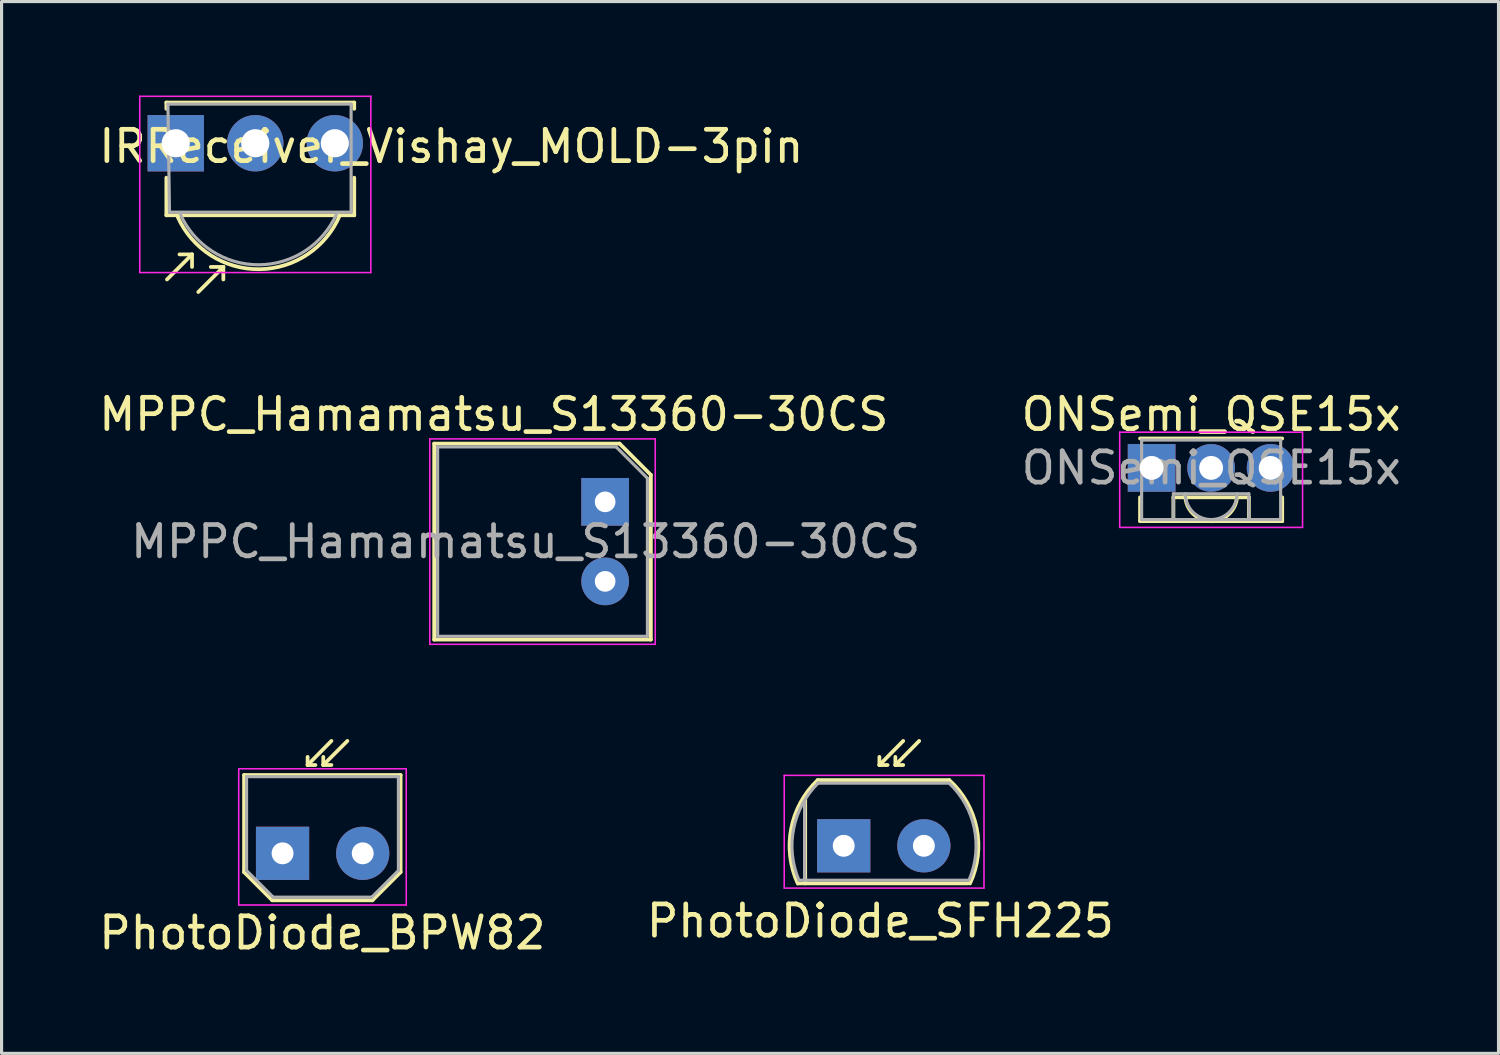
<source format=kicad_pcb>
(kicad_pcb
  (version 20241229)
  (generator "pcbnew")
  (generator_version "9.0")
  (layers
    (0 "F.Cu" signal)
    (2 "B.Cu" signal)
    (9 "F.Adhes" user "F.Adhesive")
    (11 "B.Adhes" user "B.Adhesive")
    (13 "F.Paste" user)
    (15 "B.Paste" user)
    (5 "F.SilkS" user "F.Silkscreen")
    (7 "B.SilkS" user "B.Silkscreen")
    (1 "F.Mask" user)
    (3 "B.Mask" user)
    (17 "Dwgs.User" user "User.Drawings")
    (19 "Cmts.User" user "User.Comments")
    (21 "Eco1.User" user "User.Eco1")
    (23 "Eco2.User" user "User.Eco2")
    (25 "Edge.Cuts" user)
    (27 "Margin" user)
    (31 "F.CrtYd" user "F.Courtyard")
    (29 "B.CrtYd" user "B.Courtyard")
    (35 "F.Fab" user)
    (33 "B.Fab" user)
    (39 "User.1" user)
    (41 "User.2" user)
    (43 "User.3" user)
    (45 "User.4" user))
  (footprint "PhotoDiode_SFH225"
    (layer "F.Cu")
    (at 23.895 23.962)
    (property "Reference" "PhotoDiode_SFH225" (at 1.17 2.4 0) (layer "F.SilkS") (effects (font (size 1 1) (thickness 0.15))))
    (attr through_hole)
    (fp_line (start -1.23 -1.5) (end -1.23 1.2) (stroke (width 0.12) (type solid)) (layer "F.SilkS"))
    (fp_line (start -0.83 -2.1) (end 3.37 -2.1) (stroke (width 0.12) (type solid)) (layer "F.SilkS"))
    (fp_line (start 1.14 -2.58) (end 1.14 -2.84) (stroke (width 0.12) (type solid)) (layer "F.SilkS"))
    (fp_line (start 1.14 -2.58) (end 1.4 -2.58) (stroke (width 0.12) (type solid)) (layer "F.SilkS"))
    (fp_line (start 1.65 -2.58) (end 1.65 -2.84) (stroke (width 0.12) (type solid)) (layer "F.SilkS"))
    (fp_line (start 1.65 -2.58) (end 1.9 -2.58) (stroke (width 0.12) (type solid)) (layer "F.SilkS"))
    (fp_line (start 1.9 -3.35) (end 1.14 -2.58) (stroke (width 0.12) (type solid)) (layer "F.SilkS"))
    (fp_line (start 2.41 -3.35) (end 1.65 -2.58) (stroke (width 0.12) (type solid)) (layer "F.SilkS"))
    (fp_line (start 3.97 1.2) (end -1.43 1.2) (stroke (width 0.12) (type solid)) (layer "F.SilkS"))
    (fp_arc (start -1.466725 1.207344) (mid -1.677707 -0.548237) (end -0.83 -2.1) (stroke (width 0.12) (type solid)) (layer "F.SilkS"))
    (fp_arc (start 3.37 -2.1) (mid 4.246456 -0.557936) (end 4.033746 1.202998) (stroke (width 0.12) (type solid)) (layer "F.SilkS"))
    (fp_line (start -1.9 -2.25) (end -1.9 1.35) (stroke (width 0.05) (type solid)) (layer "F.CrtYd"))
    (fp_line (start -1.9 -2.25) (end 4.48 -2.25) (stroke (width 0.05) (type solid)) (layer "F.CrtYd"))
    (fp_line (start 4.48 1.35) (end -1.9 1.35) (stroke (width 0.05) (type solid)) (layer "F.CrtYd"))
    (fp_line (start 4.48 1.35) (end 4.48 -2.25) (stroke (width 0.05) (type solid)) (layer "F.CrtYd"))
    (fp_line (start -1.43 1.1) (end 3.97 1.1) (stroke (width 0.1) (type solid)) (layer "F.Fab"))
    (fp_line (start -1.25 1.05) (end -1.25 -1.4) (stroke (width 0.1) (type solid)) (layer "F.Fab"))
    (fp_line (start 3.37 -2) (end -0.83 -2) (stroke (width 0.1) (type solid)) (layer "F.Fab"))
    (fp_arc (start -1.43 1.1) (mid -1.598219 -0.554044) (end -0.806363 -2.015934) (stroke (width 0.1) (type solid)) (layer "F.Fab"))
    (fp_arc (start 3.37 -2) (mid 4.171123 -0.5603) (end 4.008738 1.079262) (stroke (width 0.1) (type solid)) (layer "F.Fab"))
    (pad "1" thru_hole rect (at 0 0 180) (size 1.7 1.7) (drill 0.7) (layers "*.Cu" "*.Mask"))
    (pad "2" thru_hole circle (at 2.56 0 180) (size 1.7 1.7) (drill 0.7) (layers "*.Cu" "*.Mask")))
  (footprint "ONSemi_QSE15x"
    (layer "F.Cu")
    (at 33.729 11.893)
    (property "Reference" "ONSemi_QSE15x" (at 1.9 -1.71 0) (layer "F.SilkS") (effects (font (size 1 1) (thickness 0.15))))
    (attr through_hole)
    (fp_line (start -0.37 -0.94) (end 4.17 -0.94) (stroke (width 0.12) (type solid)) (layer "F.SilkS"))
    (fp_line (start -0.37 0.94) (end -0.37 1.7) (stroke (width 0.12) (type solid)) (layer "F.SilkS"))
    (fp_line (start -0.37 1.7) (end 4.17 1.7) (stroke (width 0.12) (type solid)) (layer "F.SilkS"))
    (fp_line (start 0.695 0.94) (end 0.695 1.7) (stroke (width 0.12) (type solid)) (layer "F.SilkS"))
    (fp_line (start 0.695 0.94) (end 3.105 0.94) (stroke (width 0.12) (type solid)) (layer "F.SilkS"))
    (fp_line (start 3.105 0.94) (end 3.105 1.7) (stroke (width 0.12) (type solid)) (layer "F.SilkS"))
    (fp_line (start 4.17 1.7) (end 4.17 0.94) (stroke (width 0.12) (type solid)) (layer "F.SilkS"))
    (fp_arc (start 1.9 1.7) (mid 1.316637 1.458363) (end 1.075 0.875) (stroke (width 0.12) (type solid)) (layer "F.SilkS"))
    (fp_arc (start 2.725 0.94) (mid 2.437401 1.504325) (end 1.835 1.7) (stroke (width 0.12) (type solid)) (layer "F.SilkS"))
    (fp_line (start -1.02 -1.14) (end 4.82 -1.14) (stroke (width 0.05) (type solid)) (layer "F.CrtYd"))
    (fp_line (start -1.02 1.9) (end -1.02 -1.14) (stroke (width 0.05) (type solid)) (layer "F.CrtYd"))
    (fp_line (start 4.82 -1.14) (end 4.82 1.9) (stroke (width 0.05) (type solid)) (layer "F.CrtYd"))
    (fp_line (start 4.82 1.9) (end -1.02 1.9) (stroke (width 0.05) (type solid)) (layer "F.CrtYd"))
    (fp_line (start -0.32 -0.89) (end -0.32 1.65) (stroke (width 0.1) (type solid)) (layer "F.Fab"))
    (fp_line (start -0.32 -0.89) (end 4.12 -0.89) (stroke (width 0.1) (type solid)) (layer "F.Fab"))
    (fp_line (start -0.32 1.65) (end 4.12 1.65) (stroke (width 0.1) (type solid)) (layer "F.Fab"))
    (fp_line (start 0.695 0.825) (end 3.105 0.825) (stroke (width 0.1) (type solid)) (layer "F.Fab"))
    (fp_line (start 0.695 1.65) (end 0.695 0.825) (stroke (width 0.1) (type solid)) (layer "F.Fab"))
    (fp_line (start 3.105 1.65) (end 3.105 0.825) (stroke (width 0.1) (type solid)) (layer "F.Fab"))
    (fp_line (start 4.12 1.65) (end 4.12 -0.89) (stroke (width 0.1) (type solid)) (layer "F.Fab"))
    (fp_arc (start 1.9 1.65) (mid 1.316637 1.408363) (end 1.075 0.825) (stroke (width 0.1) (type solid)) (layer "F.Fab"))
    (fp_arc (start 2.725 0.825) (mid 2.483363 1.408363) (end 1.9 1.65) (stroke (width 0.1) (type solid)) (layer "F.Fab"))
    (fp_text user "${REFERENCE}" (at 1.905 0 0) (layer "F.Fab") (effects (font (size 1 1) (thickness 0.15))))
    (pad "1" thru_hole rect (at 0 0) (size 1.524 1.524) (drill 0.762) (layers "*.Cu" "*.Mask"))
    (pad "2" thru_hole circle (at 1.9 0) (size 1.524 1.524) (drill 0.762) (layers "*.Cu" "*.Mask"))
    (pad "3" thru_hole circle (at 3.8 0) (size 1.524 1.524) (drill 0.762) (layers "*.Cu" "*.Mask")))
  (footprint "MPPC_Hamamatsu_S13360-30CS"
    (layer "F.Cu")
    (at 16.276 12.977)
    (property "Reference" "MPPC_Hamamatsu_S13360-30CS" (at -3.556 -2.794 0) (layer "F.SilkS") (effects (font (size 1 1) (thickness 0.15))))
    (attr through_hole)
    (fp_line (start -5.46 -1.86) (end 0.46 -1.86) (stroke (width 0.12) (type solid)) (layer "F.SilkS"))
    (fp_line (start -5.46 4.4) (end -5.46 -1.86) (stroke (width 0.12) (type solid)) (layer "F.SilkS"))
    (fp_line (start 0.46 -1.86) (end 1.46 -0.86) (stroke (width 0.12) (type solid)) (layer "F.SilkS"))
    (fp_line (start 1.46 -0.86) (end 1.46 4.4) (stroke (width 0.12) (type solid)) (layer "F.SilkS"))
    (fp_line (start 1.46 4.4) (end -5.46 4.4) (stroke (width 0.12) (type solid)) (layer "F.SilkS"))
    (fp_line (start -5.6 -2.01) (end -5.6 4.55) (stroke (width 0.05) (type solid)) (layer "F.CrtYd"))
    (fp_line (start -5.6 -2.01) (end 1.6 -2.01) (stroke (width 0.05) (type solid)) (layer "F.CrtYd"))
    (fp_line (start 1.6 4.55) (end -5.6 4.55) (stroke (width 0.05) (type solid)) (layer "F.CrtYd"))
    (fp_line (start 1.6 4.55) (end 1.6 -2.01) (stroke (width 0.05) (type solid)) (layer "F.CrtYd"))
    (fp_line (start -5.35 -1.755) (end 0.35 -1.755) (stroke (width 0.1) (type solid)) (layer "F.Fab"))
    (fp_line (start -5.35 4.295) (end -5.35 -1.755) (stroke (width 0.1) (type solid)) (layer "F.Fab"))
    (fp_line (start 0.35 -1.755) (end 1.35 -0.755) (stroke (width 0.1) (type solid)) (layer "F.Fab"))
    (fp_line (start 1.35 -0.755) (end 1.35 4.295) (stroke (width 0.1) (type solid)) (layer "F.Fab"))
    (fp_line (start 1.35 4.295) (end -5.35 4.295) (stroke (width 0.1) (type solid)) (layer "F.Fab"))
    (fp_text user "${REFERENCE}" (at -2.54 1.27 0) (layer "F.Fab") (effects (font (size 1 1) (thickness 0.15))))
    (pad "1" thru_hole rect (at 0 0) (size 1.524 1.524) (drill 0.66) (layers "*.Cu" "*.Mask"))
    (pad "2" thru_hole circle (at 0 2.54) (size 1.524 1.524) (drill 0.66) (layers "*.Cu" "*.Mask")))
  (footprint "IRReceiver_Vishay_MOLD-3pin"
    (layer "F.Cu")
    (at 2.563 1.525)
    (property "Reference" "IRReceiver_Vishay_MOLD-3pin" (at 8.8 0.1 180) (layer "F.SilkS") (effects (font (size 1 1) (thickness 0.15))))
    (attr through_hole)
    (fp_line (start -0.3 -1.3) (end -0.3 -1.1) (stroke (width 0.12) (type solid)) (layer "F.SilkS"))
    (fp_line (start -0.3 2.3) (end -0.3 1.1) (stroke (width 0.12) (type solid)) (layer "F.SilkS"))
    (fp_line (start 0.52 3.55) (end -0.28 4.35) (stroke (width 0.12) (type solid)) (layer "F.SilkS"))
    (fp_line (start 0.52 3.55) (end 0.12 3.55) (stroke (width 0.12) (type solid)) (layer "F.SilkS"))
    (fp_line (start 0.52 3.55) (end 0.52 3.95) (stroke (width 0.12) (type solid)) (layer "F.SilkS"))
    (fp_line (start 1.52 3.95) (end 0.72 4.75) (stroke (width 0.12) (type solid)) (layer "F.SilkS"))
    (fp_line (start 1.52 3.95) (end 1.12 3.95) (stroke (width 0.12) (type solid)) (layer "F.SilkS"))
    (fp_line (start 1.52 3.95) (end 1.52 4.35) (stroke (width 0.12) (type solid)) (layer "F.SilkS"))
    (fp_line (start 5.7 -1.3) (end -0.3 -1.3) (stroke (width 0.12) (type solid)) (layer "F.SilkS"))
    (fp_line (start 5.7 -1.3) (end 5.7 -1.1) (stroke (width 0.12) (type solid)) (layer "F.SilkS"))
    (fp_line (start 5.7 2.3) (end -0.3 2.3) (stroke (width 0.12) (type solid)) (layer "F.SilkS"))
    (fp_line (start 5.7 2.3) (end 5.7 1.1) (stroke (width 0.12) (type solid)) (layer "F.SilkS"))
    (fp_arc (start 5.24 2.3) (mid 2.667981 4.02298) (end 0.062315 2.351321) (stroke (width 0.12) (type solid)) (layer "F.SilkS"))
    (fp_line (start -1.15 -1.5) (end -1.15 4.13) (stroke (width 0.05) (type solid)) (layer "F.CrtYd"))
    (fp_line (start -1.15 -1.5) (end 6.23 -1.5) (stroke (width 0.05) (type solid)) (layer "F.CrtYd"))
    (fp_line (start 6.23 4.13) (end -1.15 4.13) (stroke (width 0.05) (type solid)) (layer "F.CrtYd"))
    (fp_line (start 6.23 4.13) (end 6.23 -1.5) (stroke (width 0.05) (type solid)) (layer "F.CrtYd"))
    (fp_line (start -0.25 -1.25) (end 5.6 -1.25) (stroke (width 0.1) (type solid)) (layer "F.Fab"))
    (fp_line (start -0.2 2.2) (end -0.25 -1.25) (stroke (width 0.1) (type solid)) (layer "F.Fab"))
    (fp_line (start 5.6 -1.25) (end 5.6 2.2) (stroke (width 0.1) (type solid)) (layer "F.Fab"))
    (fp_line (start 5.6 2.2) (end -0.2 2.2) (stroke (width 0.1) (type solid)) (layer "F.Fab"))
    (fp_arc (start 5.14 2.25) (mid 2.651941 3.881274) (end 0.149714 2.271818) (stroke (width 0.1) (type solid)) (layer "F.Fab"))
    (pad "1" thru_hole rect (at 0 0) (size 1.8 1.8) (drill 0.9) (layers "*.Cu" "*.Mask"))
    (pad "2" thru_hole circle (at 2.54 0) (size 1.8 1.8) (drill 0.9) (layers "*.Cu" "*.Mask"))
    (pad "3" thru_hole circle (at 5.08 0) (size 1.8 1.8) (drill 0.9) (layers "*.Cu" "*.Mask")))
  (footprint "PhotoDiode_BPW82"
    (layer "F.Cu")
    (at 5.974 24.202)
    (property "Reference" "PhotoDiode_BPW82" (at 1.27 2.54 0) (layer "F.SilkS") (effects (font (size 1 1) (thickness 0.15))))
    (attr through_hole)
    (fp_line (start -1.23 -2.5) (end -1.23 0.6) (stroke (width 0.12) (type solid)) (layer "F.SilkS"))
    (fp_line (start -1.23 -2.5) (end 3.77 -2.5) (stroke (width 0.12) (type solid)) (layer "F.SilkS"))
    (fp_line (start -1.23 0.6) (end -0.33 1.5) (stroke (width 0.12) (type solid)) (layer "F.SilkS"))
    (fp_line (start -0.33 1.5) (end 2.87 1.5) (stroke (width 0.12) (type solid)) (layer "F.SilkS"))
    (fp_line (start 0.8 -2.82) (end 0.8 -3.08) (stroke (width 0.12) (type solid)) (layer "F.SilkS"))
    (fp_line (start 0.8 -2.82) (end 1.05 -2.82) (stroke (width 0.12) (type solid)) (layer "F.SilkS"))
    (fp_line (start 1.3 -2.82) (end 1.3 -3.08) (stroke (width 0.12) (type solid)) (layer "F.SilkS"))
    (fp_line (start 1.3 -2.82) (end 1.56 -2.82) (stroke (width 0.12) (type solid)) (layer "F.SilkS"))
    (fp_line (start 1.56 -3.59) (end 0.8 -2.82) (stroke (width 0.12) (type solid)) (layer "F.SilkS"))
    (fp_line (start 2.07 -3.59) (end 1.3 -2.82) (stroke (width 0.12) (type solid)) (layer "F.SilkS"))
    (fp_line (start 3.77 -2.5) (end 3.77 0.6) (stroke (width 0.12) (type solid)) (layer "F.SilkS"))
    (fp_line (start 3.77 0.6) (end 2.87 1.5) (stroke (width 0.12) (type solid)) (layer "F.SilkS"))
    (fp_line (start -1.4 -2.7) (end -1.4 1.65) (stroke (width 0.05) (type solid)) (layer "F.CrtYd"))
    (fp_line (start -1.4 -2.7) (end 3.95 -2.7) (stroke (width 0.05) (type solid)) (layer "F.CrtYd"))
    (fp_line (start 3.95 1.65) (end -1.4 1.65) (stroke (width 0.05) (type solid)) (layer "F.CrtYd"))
    (fp_line (start 3.95 1.65) (end 3.95 -2.7) (stroke (width 0.05) (type solid)) (layer "F.CrtYd"))
    (fp_line (start -1.15 -2.45) (end 3.7 -2.45) (stroke (width 0.1) (type solid)) (layer "F.Fab"))
    (fp_line (start -1.15 0.55) (end -1.15 -2.45) (stroke (width 0.1) (type solid)) (layer "F.Fab"))
    (fp_line (start -0.3 1.4) (end -1.15 0.55) (stroke (width 0.1) (type solid)) (layer "F.Fab"))
    (fp_line (start 2.85 1.4) (end -0.3 1.4) (stroke (width 0.1) (type solid)) (layer "F.Fab"))
    (fp_line (start 3.7 -2.45) (end 3.7 0.55) (stroke (width 0.1) (type solid)) (layer "F.Fab"))
    (fp_line (start 3.7 0.55) (end 2.85 1.4) (stroke (width 0.1) (type solid)) (layer "F.Fab"))
    (pad "1" thru_hole rect (at 0 0 180) (size 1.7 1.7) (drill 0.7) (layers "*.Cu" "*.Mask"))
    (pad "2" thru_hole circle (at 2.56 0 180) (size 1.7 1.7) (drill 0.7) (layers "*.Cu" "*.Mask")))
  (gr_rect
    (start -3 -3)
    (end 44.807 30.59)
    (stroke (width 0.1) (type default))
    (fill no)
    (layer "Edge.Cuts")))
</source>
